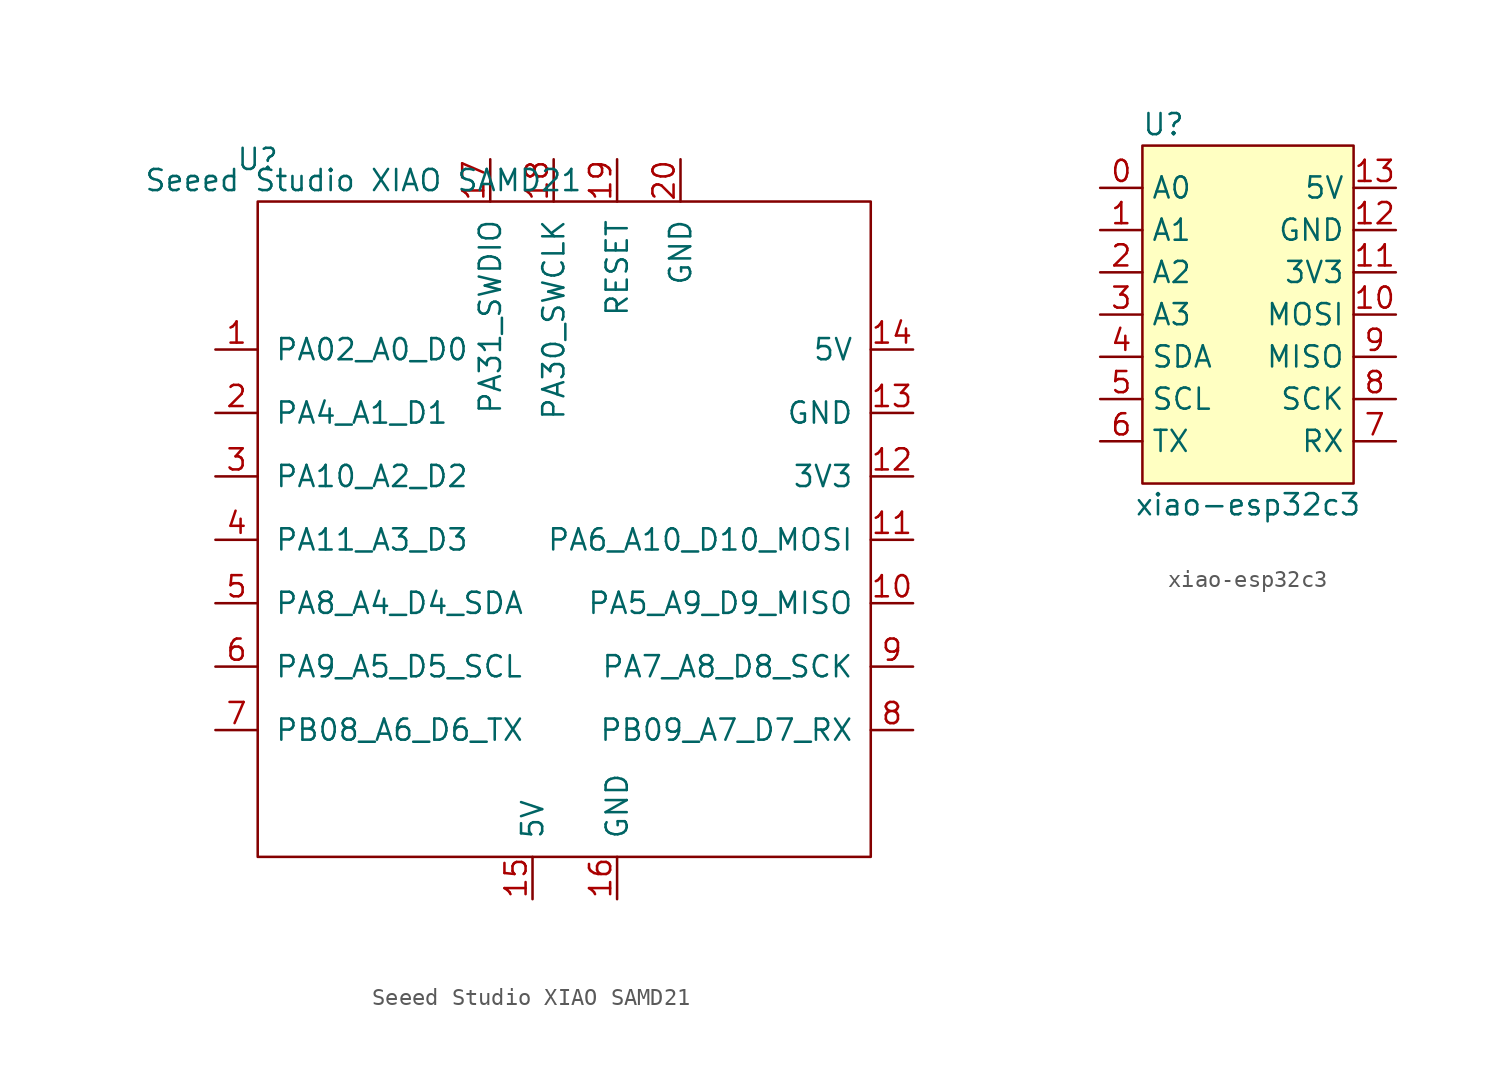
<source format=kicad_sym>
(kicad_symbol_lib
  (version 20220914)
  (generator kicad_symbol_editor)
  (symbol "Seeed Studio XIAO SAMD21"
    (pin_names
      (offset 1.016))
    (property "Reference" "U"
      (at -19.05 22.86 0)
      (effects (font (size 1.27 1.27))))
    (property "Value" "Seeed Studio XIAO SAMD21"
      (at -12.7 21.59 0)
      (effects (font (size 1.27 1.27))))
    (symbol "Seeed Studio XIAO SAMD21_0_1"
      (rectangle (start -19.05 20.32) (end 17.78 -19.05) (stroke (width 0) (type default)) (fill (type none))))
    (symbol "Seeed Studio XIAO SAMD21_1_1"
      (pin unspecified line (at -21.59 11.43 0) (length 2.54) (name "PA02_A0_D0" (effects (font (size 1.27 1.27)))) (number "1" (effects (font (size 1.27 1.27)))))
      (pin unspecified line (at 20.32 -3.81 180) (length 2.54) (name "PA5_A9_D9_MISO" (effects (font (size 1.27 1.27)))) (number "10" (effects (font (size 1.27 1.27)))))
      (pin unspecified line (at 20.32 0 180) (length 2.54) (name "PA6_A10_D10_MOSI" (effects (font (size 1.27 1.27)))) (number "11" (effects (font (size 1.27 1.27)))))
      (pin unspecified line (at 20.32 3.81 180) (length 2.54) (name "3V3" (effects (font (size 1.27 1.27)))) (number "12" (effects (font (size 1.27 1.27)))))
      (pin unspecified line (at 20.32 7.62 180) (length 2.54) (name "GND" (effects (font (size 1.27 1.27)))) (number "13" (effects (font (size 1.27 1.27)))))
      (pin unspecified line (at 20.32 11.43 180) (length 2.54) (name "5V" (effects (font (size 1.27 1.27)))) (number "14" (effects (font (size 1.27 1.27)))))
      (pin input line (at -2.54 -21.59 90) (length 2.54) (name "5V" (effects (font (size 1.27 1.27)))) (number "15" (effects (font (size 1.27 1.27)))))
      (pin input line (at 2.54 -21.59 90) (length 2.54) (name "GND" (effects (font (size 1.27 1.27)))) (number "16" (effects (font (size 1.27 1.27)))))
      (pin input line (at -5.08 22.86 270) (length 2.54) (name "PA31_SWDIO" (effects (font (size 1.27 1.27)))) (number "17" (effects (font (size 1.27 1.27)))))
      (pin input line (at -1.27 22.86 270) (length 2.54) (name "PA30_SWCLK" (effects (font (size 1.27 1.27)))) (number "18" (effects (font (size 1.27 1.27)))))
      (pin input line (at 2.54 22.86 270) (length 2.54) (name "RESET" (effects (font (size 1.27 1.27)))) (number "19" (effects (font (size 1.27 1.27)))))
      (pin unspecified line (at -21.59 7.62 0) (length 2.54) (name "PA4_A1_D1" (effects (font (size 1.27 1.27)))) (number "2" (effects (font (size 1.27 1.27)))))
      (pin input line (at 6.35 22.86 270) (length 2.54) (name "GND" (effects (font (size 1.27 1.27)))) (number "20" (effects (font (size 1.27 1.27)))))
      (pin unspecified line (at -21.59 3.81 0) (length 2.54) (name "PA10_A2_D2" (effects (font (size 1.27 1.27)))) (number "3" (effects (font (size 1.27 1.27)))))
      (pin unspecified line (at -21.59 0 0) (length 2.54) (name "PA11_A3_D3" (effects (font (size 1.27 1.27)))) (number "4" (effects (font (size 1.27 1.27)))))
      (pin unspecified line (at -21.59 -3.81 0) (length 2.54) (name "PA8_A4_D4_SDA" (effects (font (size 1.27 1.27)))) (number "5" (effects (font (size 1.27 1.27)))))
      (pin unspecified line (at -21.59 -7.62 0) (length 2.54) (name "PA9_A5_D5_SCL" (effects (font (size 1.27 1.27)))) (number "6" (effects (font (size 1.27 1.27)))))
      (pin unspecified line (at -21.59 -11.43 0) (length 2.54) (name "PB08_A6_D6_TX" (effects (font (size 1.27 1.27)))) (number "7" (effects (font (size 1.27 1.27)))))
      (pin unspecified line (at 20.32 -11.43 180) (length 2.54) (name "PB09_A7_D7_RX" (effects (font (size 1.27 1.27)))) (number "8" (effects (font (size 1.27 1.27)))))
      (pin unspecified line (at 20.32 -7.62 180) (length 2.54) (name "PA7_A8_D8_SCK" (effects (font (size 1.27 1.27)))) (number "9" (effects (font (size 1.27 1.27)))))))
  (symbol "xiao-esp32c3"
    (property "Reference" "U"
      (at -5.08 1.27 0)
      (effects (font (size 1.27 1.27))))
    (property "Value" "xiao-esp32c3"
      (at 0 -21.59 0)
      (effects (font (size 1.27 1.27))))
    (symbol "xiao-esp32c3_1_1"
      (rectangle (start -6.35 0) (end 6.35 -20.32) (stroke (width 0) (type default)) (fill (type background)))
      (pin input line (at -8.89 -2.54 0) (length 2.54) (name "A0" (effects (font (size 1.27 1.27)))) (number "0" (effects (font (size 1.27 1.27)))))
      (pin input line (at -8.89 -5.08 0) (length 2.54) (name "A1" (effects (font (size 1.27 1.27)))) (number "1" (effects (font (size 1.27 1.27)))))
      (pin bidirectional line (at 8.89 -10.16 180) (length 2.54) (name "MOSI" (effects (font (size 1.27 1.27)))) (number "10" (effects (font (size 1.27 1.27)))))
      (pin bidirectional line (at 8.89 -7.62 180) (length 2.54) (name "3V3" (effects (font (size 1.27 1.27)))) (number "11" (effects (font (size 1.27 1.27)))))
      (pin bidirectional line (at 8.89 -5.08 180) (length 2.54) (name "GND" (effects (font (size 1.27 1.27)))) (number "12" (effects (font (size 1.27 1.27)))))
      (pin bidirectional line (at 8.89 -2.54 180) (length 2.54) (name "5V" (effects (font (size 1.27 1.27)))) (number "13" (effects (font (size 1.27 1.27)))))
      (pin input line (at -8.89 -7.62 0) (length 2.54) (name "A2" (effects (font (size 1.27 1.27)))) (number "2" (effects (font (size 1.27 1.27)))))
      (pin input line (at -8.89 -10.16 0) (length 2.54) (name "A3" (effects (font (size 1.27 1.27)))) (number "3" (effects (font (size 1.27 1.27)))))
      (pin bidirectional line (at -8.89 -12.7 0) (length 2.54) (name "SDA" (effects (font (size 1.27 1.27)))) (number "4" (effects (font (size 1.27 1.27)))))
      (pin bidirectional line (at -8.89 -15.24 0) (length 2.54) (name "SCL" (effects (font (size 1.27 1.27)))) (number "5" (effects (font (size 1.27 1.27)))))
      (pin bidirectional line (at -8.89 -17.78 0) (length 2.54) (name "TX" (effects (font (size 1.27 1.27)))) (number "6" (effects (font (size 1.27 1.27)))))
      (pin bidirectional line (at 8.89 -17.78 180) (length 2.54) (name "RX" (effects (font (size 1.27 1.27)))) (number "7" (effects (font (size 1.27 1.27)))))
      (pin bidirectional line (at 8.89 -15.24 180) (length 2.54) (name "SCK" (effects (font (size 1.27 1.27)))) (number "8" (effects (font (size 1.27 1.27)))))
      (pin bidirectional line (at 8.89 -12.7 180) (length 2.54) (name "MISO" (effects (font (size 1.27 1.27)))) (number "9" (effects (font (size 1.27 1.27))))))))
</source>
